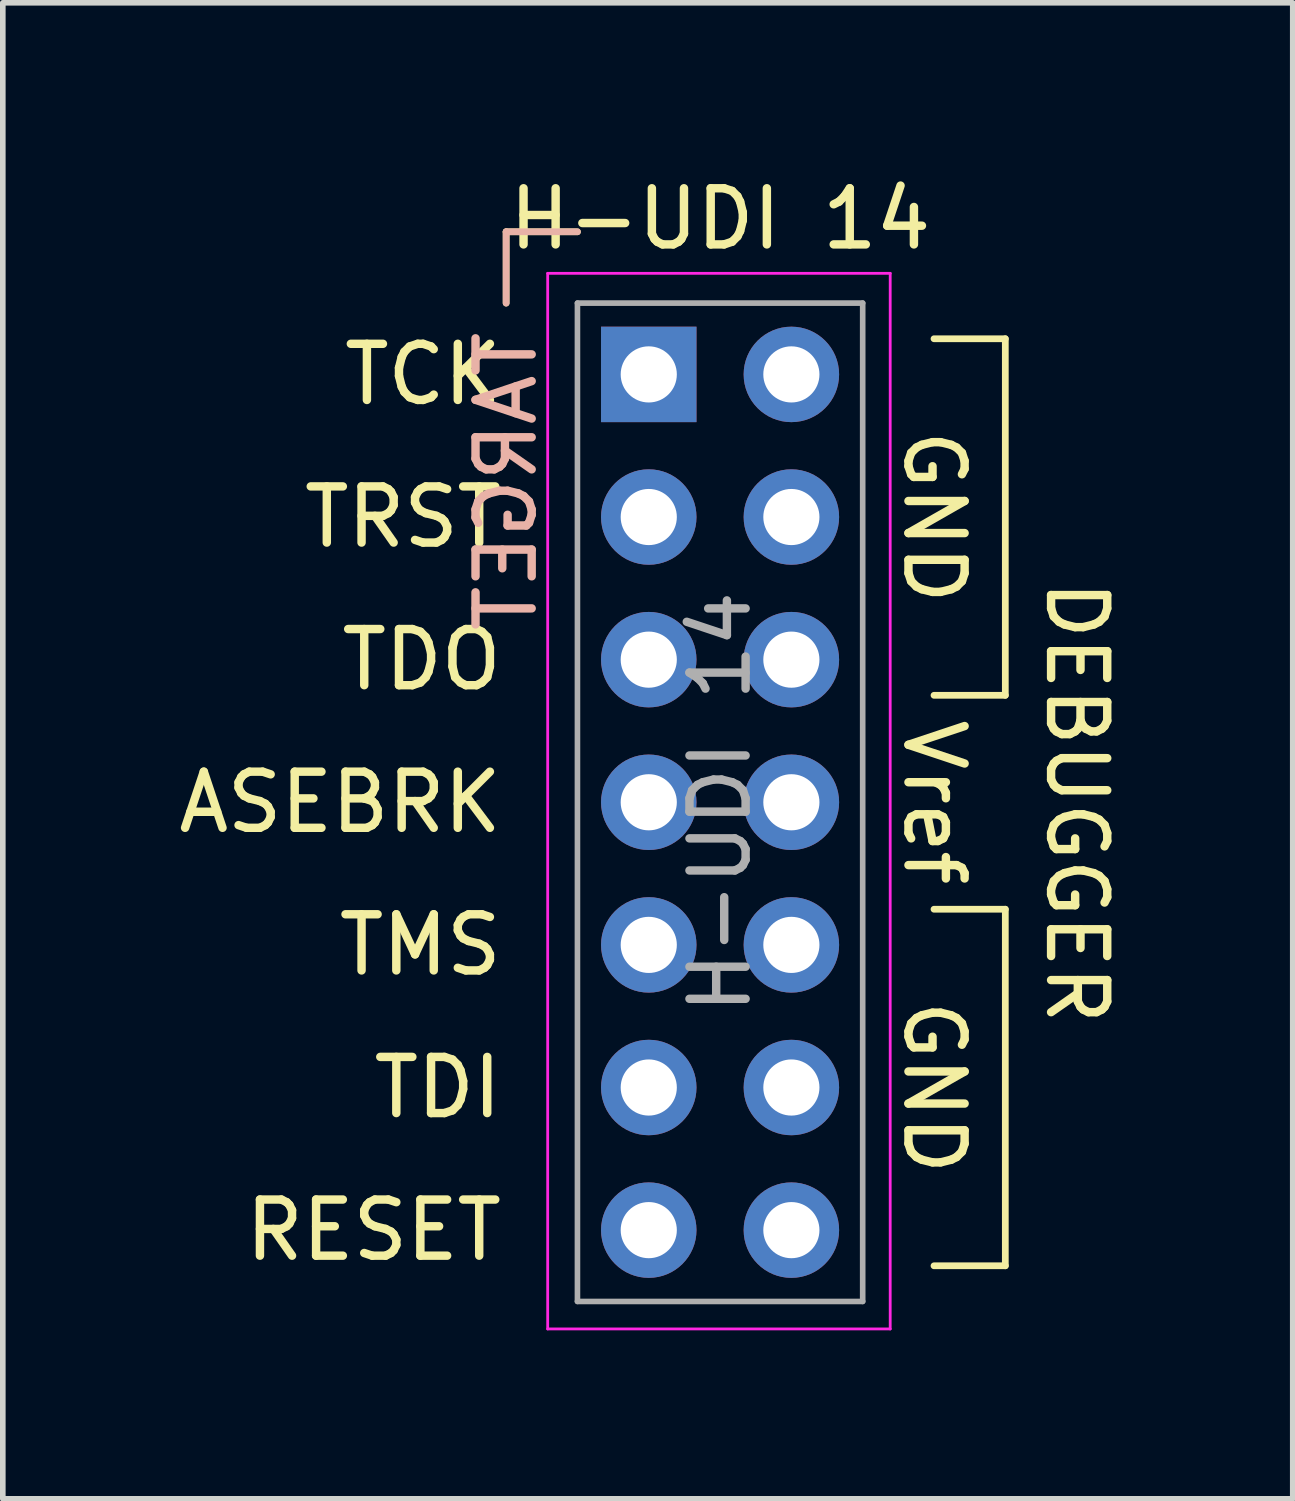
<source format=kicad_pcb>
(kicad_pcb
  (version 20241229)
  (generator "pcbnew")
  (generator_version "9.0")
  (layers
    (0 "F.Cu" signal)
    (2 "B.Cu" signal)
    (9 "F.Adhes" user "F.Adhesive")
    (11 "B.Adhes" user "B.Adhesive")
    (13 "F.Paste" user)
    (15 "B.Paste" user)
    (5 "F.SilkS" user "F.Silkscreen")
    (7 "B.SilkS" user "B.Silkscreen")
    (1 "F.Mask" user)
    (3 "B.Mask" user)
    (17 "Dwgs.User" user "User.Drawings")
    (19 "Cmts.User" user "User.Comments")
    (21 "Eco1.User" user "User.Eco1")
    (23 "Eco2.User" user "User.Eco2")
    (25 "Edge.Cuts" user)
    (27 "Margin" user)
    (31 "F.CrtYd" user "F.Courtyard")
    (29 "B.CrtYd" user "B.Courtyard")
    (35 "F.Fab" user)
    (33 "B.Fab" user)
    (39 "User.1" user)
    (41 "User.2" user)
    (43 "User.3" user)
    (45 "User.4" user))
  (footprint "H-UDI 14"
    (layer "F.Cu")
    (at 8.504 3.618)
    (property "Reference" "H-UDI 14" (at 1.27 -2.77 0) (layer "F.SilkS") (effects (font (size 1 1) (thickness 0.15))))
    (attr through_hole)
    (fp_line (start -2.54 -2.54) (end -2.54 -1.27) (stroke (width 0.12) (type solid)) (layer "F.SilkS"))
    (fp_line (start -1.27 -2.54) (end -2.54 -2.54) (stroke (width 0.12) (type solid)) (layer "F.SilkS"))
    (fp_line (start 5.08 -0.635) (end 6.35 -0.635) (stroke (width 0.12) (type solid)) (layer "F.SilkS"))
    (fp_line (start 5.08 9.525) (end 6.35 9.525) (stroke (width 0.12) (type solid)) (layer "F.SilkS"))
    (fp_line (start 6.35 -0.635) (end 6.35 5.715) (stroke (width 0.12) (type solid)) (layer "F.SilkS"))
    (fp_line (start 6.35 5.715) (end 5.08 5.715) (stroke (width 0.12) (type solid)) (layer "F.SilkS"))
    (fp_line (start 6.35 9.525) (end 6.35 15.875) (stroke (width 0.12) (type solid)) (layer "F.SilkS"))
    (fp_line (start 6.35 15.875) (end 5.08 15.875) (stroke (width 0.12) (type solid)) (layer "F.SilkS"))
    (fp_line (start -2.54 -2.54) (end -2.54 -1.27) (stroke (width 0.12) (type solid)) (layer "B.SilkS"))
    (fp_line (start -1.27 -2.54) (end -2.54 -2.54) (stroke (width 0.12) (type solid)) (layer "B.SilkS"))
    (fp_line (start -1.8 -1.8) (end 4.3 -1.8) (stroke (width 0.05) (type solid)) (layer "F.CrtYd"))
    (fp_line (start -1.8 17) (end -1.8 -1.8) (stroke (width 0.05) (type solid)) (layer "F.CrtYd"))
    (fp_line (start 4.3 -1.8) (end 4.3 17) (stroke (width 0.05) (type solid)) (layer "F.CrtYd"))
    (fp_line (start 4.3 17) (end -1.8 17) (stroke (width 0.05) (type solid)) (layer "F.CrtYd"))
    (fp_line (start -1.27 -1.27) (end 3.81 -1.27) (stroke (width 0.1) (type solid)) (layer "F.Fab"))
    (fp_line (start -1.27 16.51) (end -1.27 -1.27) (stroke (width 0.1) (type solid)) (layer "F.Fab"))
    (fp_line (start 3.81 -1.27) (end 3.81 16.51) (stroke (width 0.1) (type solid)) (layer "F.Fab"))
    (fp_line (start 3.81 16.51) (end -1.27 16.51) (stroke (width 0.1) (type solid)) (layer "F.Fab"))
    (fp_text user "TDO" (at -2.54 5.08 0) (unlocked yes) (layer "F.SilkS") (effects (font (size 1 1) (thickness 0.15)) (justify right)))
    (fp_text user "TRST" (at -2.54 2.54 0) (unlocked yes) (layer "F.SilkS") (effects (font (size 1 1) (thickness 0.15)) (justify right)))
    (fp_text user "TDI" (at -2.54 12.7 0) (unlocked yes) (layer "F.SilkS") (effects (font (size 1 1) (thickness 0.15)) (justify right)))
    (fp_text user "ASEBRK" (at -2.54 7.62 0) (unlocked yes) (layer "F.SilkS") (effects (font (size 1 1) (thickness 0.15)) (justify right)))
    (fp_text user "GND" (at 5.08 2.54 270) (unlocked yes) (layer "F.SilkS") (effects (font (size 1 1) (thickness 0.15))))
    (fp_text user "DEBUGGER" (at 7.62 7.62 270) (unlocked yes) (layer "F.SilkS") (effects (font (size 1 1) (thickness 0.15))))
    (fp_text user "RESET" (at -2.54 15.24 0) (unlocked yes) (layer "F.SilkS") (effects (font (size 1 1) (thickness 0.15)) (justify right)))
    (fp_text user "Vref" (at 5.08 7.62 270) (unlocked yes) (layer "F.SilkS") (effects (font (size 1 1) (thickness 0.15))))
    (fp_text user "TCK" (at -2.54 0 0) (unlocked yes) (layer "F.SilkS") (effects (font (size 1 1) (thickness 0.15)) (justify right)))
    (fp_text user "TMS" (at -2.54 10.16 0) (unlocked yes) (layer "F.SilkS") (effects (font (size 1 1) (thickness 0.15)) (justify right)))
    (fp_text user "GND" (at 5.08 12.7 270) (unlocked yes) (layer "F.SilkS") (effects (font (size 1 1) (thickness 0.15))))
    (fp_text user "TARGET" (at -2.54 1.905 90) (unlocked yes) (layer "B.SilkS") (effects (font (size 1 1) (thickness 0.15)) (justify mirror)))
    (fp_text user "${REFERENCE}" (at 1.27 7.62 90) (layer "F.Fab") (effects (font (size 1 1) (thickness 0.15))))
    (pad "1" thru_hole rect (at 0 0) (size 1.7 1.7) (drill 1) (layers "*.Cu" "*.Mask"))
    (pad "2" thru_hole oval (at 0 2.54) (size 1.7 1.7) (drill 1) (layers "*.Cu" "*.Mask"))
    (pad "3" thru_hole oval (at 0 5.08) (size 1.7 1.7) (drill 1) (layers "*.Cu" "*.Mask"))
    (pad "4" thru_hole oval (at 0 7.62) (size 1.7 1.7) (drill 1) (layers "*.Cu" "*.Mask"))
    (pad "5" thru_hole oval (at 0 10.16) (size 1.7 1.7) (drill 1) (layers "*.Cu" "*.Mask"))
    (pad "6" thru_hole oval (at 0 12.7) (size 1.7 1.7) (drill 1) (layers "*.Cu" "*.Mask"))
    (pad "7" thru_hole oval (at 0 15.24) (size 1.7 1.7) (drill 1) (layers "*.Cu" "*.Mask"))
    (pad "8" thru_hole oval (at 2.54 0) (size 1.7 1.7) (drill 1) (layers "*.Cu" "*.Mask"))
    (pad "9" thru_hole oval (at 2.54 2.54) (size 1.7 1.7) (drill 1) (layers "*.Cu" "*.Mask"))
    (pad "10" thru_hole oval (at 2.54 5.08) (size 1.7 1.7) (drill 1) (layers "*.Cu" "*.Mask"))
    (pad "11" thru_hole oval (at 2.54 7.62) (size 1.7 1.7) (drill 1) (layers "*.Cu" "*.Mask"))
    (pad "12" thru_hole oval (at 2.54 10.16) (size 1.7 1.7) (drill 1) (layers "*.Cu" "*.Mask"))
    (pad "13" thru_hole oval (at 2.54 12.7) (size 1.7 1.7) (drill 1) (layers "*.Cu" "*.Mask"))
    (pad "14" thru_hole oval (at 2.54 15.24) (size 1.7 1.7) (drill 1) (layers "*.Cu" "*.Mask")))
  (gr_rect
    (start -3 -3)
    (end 19.973 23.643)
    (stroke (width 0.1) (type default))
    (fill no)
    (layer "Edge.Cuts")))
</source>
